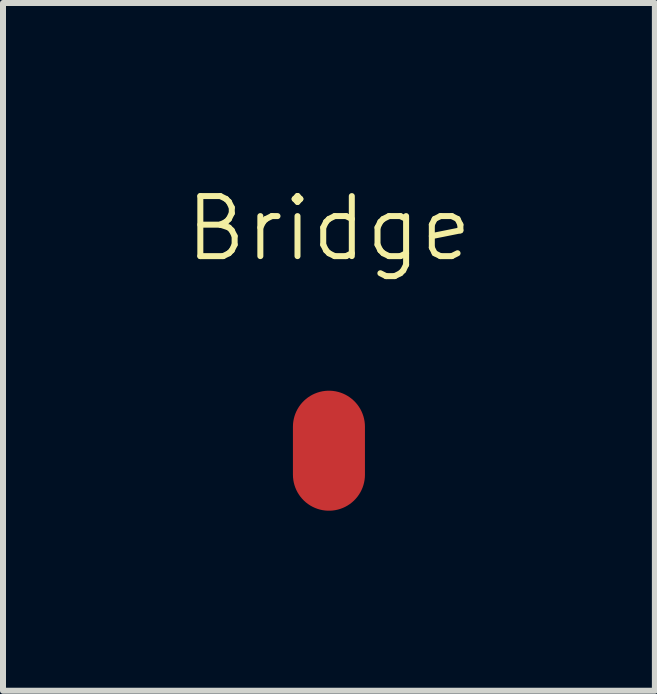
<source format=kicad_pcb>
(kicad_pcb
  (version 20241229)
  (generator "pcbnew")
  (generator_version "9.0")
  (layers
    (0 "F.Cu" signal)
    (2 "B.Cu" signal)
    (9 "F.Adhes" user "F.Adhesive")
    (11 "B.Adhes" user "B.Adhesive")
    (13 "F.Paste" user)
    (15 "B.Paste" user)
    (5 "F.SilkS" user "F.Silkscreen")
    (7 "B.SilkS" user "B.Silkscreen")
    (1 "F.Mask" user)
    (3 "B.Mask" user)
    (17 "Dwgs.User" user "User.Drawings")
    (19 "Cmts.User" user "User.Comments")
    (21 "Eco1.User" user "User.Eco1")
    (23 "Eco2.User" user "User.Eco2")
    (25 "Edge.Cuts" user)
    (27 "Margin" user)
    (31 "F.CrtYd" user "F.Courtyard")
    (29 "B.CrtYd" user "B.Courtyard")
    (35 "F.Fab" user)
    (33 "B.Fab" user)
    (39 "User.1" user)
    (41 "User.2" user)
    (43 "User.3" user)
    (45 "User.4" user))
  (footprint "Bridge"
    (layer "F.Cu")
    (at 2.431 4.46)
    (property "Reference" "Bridge" (at 0 -3.7 0) (unlocked yes) (layer "F.SilkS") (effects (font (size 1 1) (thickness 0.1))))
    (attr smd)
    (pad "1" smd oval (at 0 0 90) (size 2 1.2) (layers "F.Cu" "F.Mask")))
  (gr_rect
    (start -3 -3)
    (end 7.862 8.46)
    (stroke (width 0.1) (type default))
    (fill no)
    (layer "Edge.Cuts")))
</source>
